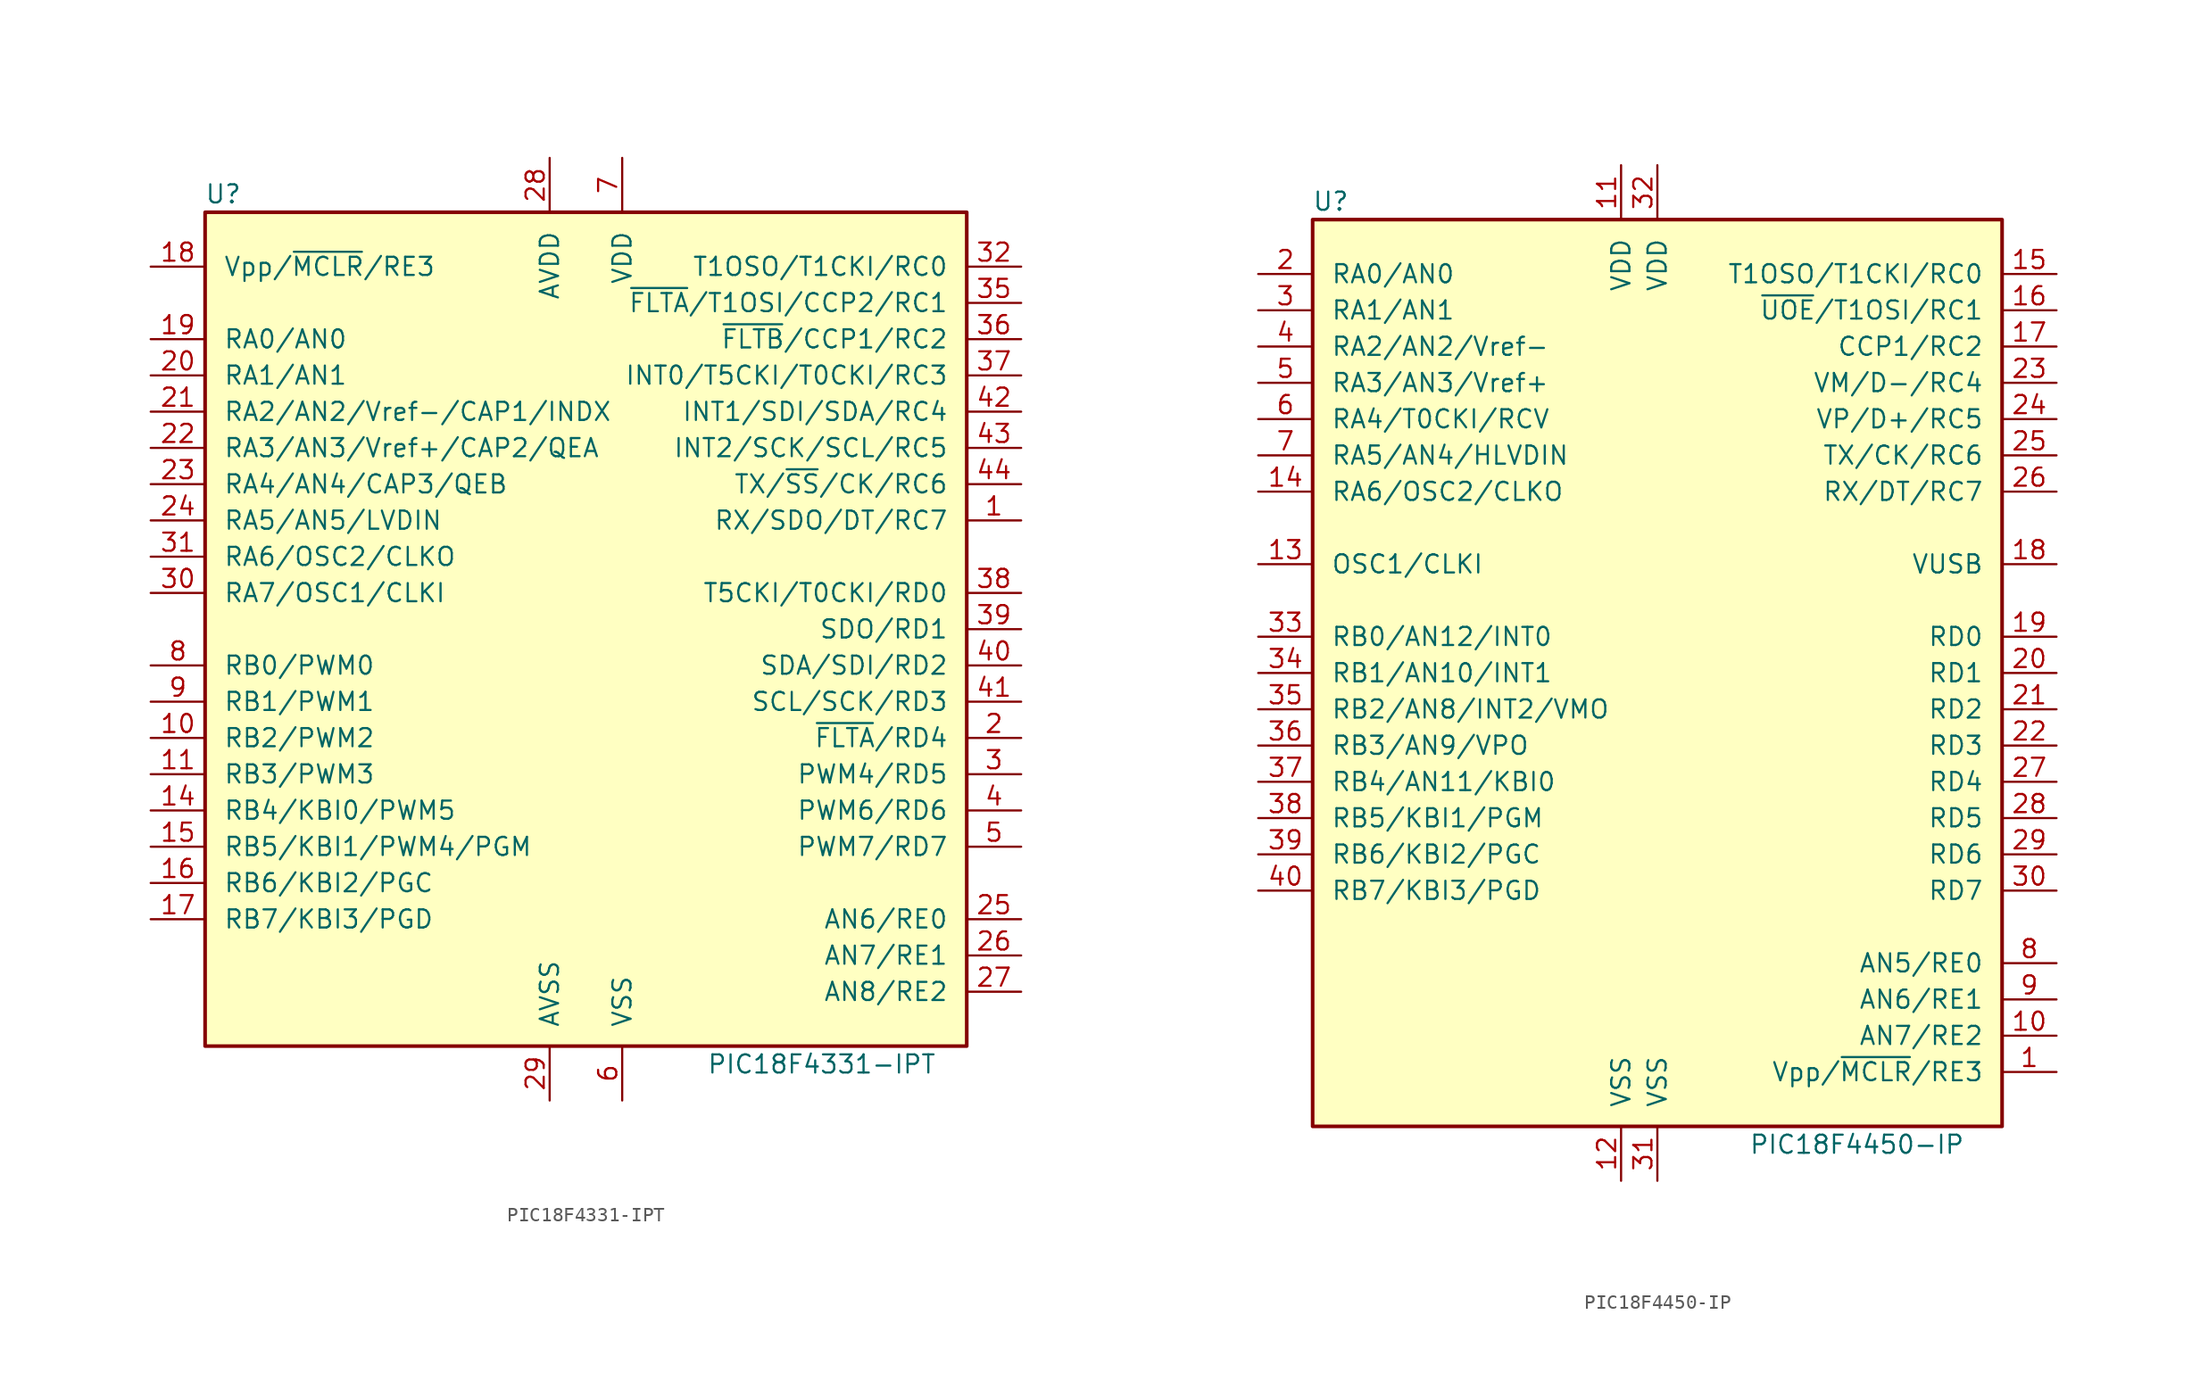
<source format=kicad_sym>
(kicad_symbol_lib
  (version 20211014)
  (generator kicad_symbol_editor)
  (symbol "PIC18F4331-IPT"
    (pin_names
      (offset 1.27))
    (property "Reference" "U"
      (at -25.4 30.48 0)
      (effects (font (size 1.27 1.27))))
    (property "Value" "PIC18F4331-IPT"
      (at 16.51 -30.48 0)
      (effects (font (size 1.27 1.27))))
    (symbol "PIC18F4331-IPT_0_1"
      (rectangle (start -26.67 29.21) (end 26.67 -29.21) (stroke (width 0.254) (type default) (color 0 0 0 0)) (fill (type background))))
    (symbol "PIC18F4331-IPT_1_1"
      (pin bidirectional line (at 30.48 7.62 180) (length 3.81) (name "RX/SDO/DT/RC7" (effects (font (size 1.27 1.27)))) (number "1" (effects (font (size 1.27 1.27)))))
      (pin bidirectional line (at -30.48 -7.62 0) (length 3.81) (name "RB2/PWM2" (effects (font (size 1.27 1.27)))) (number "10" (effects (font (size 1.27 1.27)))))
      (pin bidirectional line (at -30.48 -10.16 0) (length 3.81) (name "RB3/PWM3" (effects (font (size 1.27 1.27)))) (number "11" (effects (font (size 1.27 1.27)))))
      (pin no_connect line (at -15.24 -33.02 90) (length 3.81) hide (name "NC" (effects (font (size 1.27 1.27)))) (number "12" (effects (font (size 1.27 1.27)))))
      (pin no_connect line (at -12.7 -33.02 90) (length 3.81) hide (name "NC" (effects (font (size 1.27 1.27)))) (number "13" (effects (font (size 1.27 1.27)))))
      (pin bidirectional line (at -30.48 -12.7 0) (length 3.81) (name "RB4/KBI0/PWM5" (effects (font (size 1.27 1.27)))) (number "14" (effects (font (size 1.27 1.27)))))
      (pin bidirectional line (at -30.48 -15.24 0) (length 3.81) (name "RB5/KBI1/PWM4/PGM" (effects (font (size 1.27 1.27)))) (number "15" (effects (font (size 1.27 1.27)))))
      (pin bidirectional line (at -30.48 -17.78 0) (length 3.81) (name "RB6/KBI2/PGC" (effects (font (size 1.27 1.27)))) (number "16" (effects (font (size 1.27 1.27)))))
      (pin bidirectional line (at -30.48 -20.32 0) (length 3.81) (name "RB7/KBI3/PGD" (effects (font (size 1.27 1.27)))) (number "17" (effects (font (size 1.27 1.27)))))
      (pin input line (at -30.48 25.4 0) (length 3.81) (name "Vpp/~{MCLR}/RE3" (effects (font (size 1.27 1.27)))) (number "18" (effects (font (size 1.27 1.27)))))
      (pin bidirectional line (at -30.48 20.32 0) (length 3.81) (name "RA0/AN0" (effects (font (size 1.27 1.27)))) (number "19" (effects (font (size 1.27 1.27)))))
      (pin bidirectional line (at 30.48 -7.62 180) (length 3.81) (name "~{FLTA}/RD4" (effects (font (size 1.27 1.27)))) (number "2" (effects (font (size 1.27 1.27)))))
      (pin bidirectional line (at -30.48 17.78 0) (length 3.81) (name "RA1/AN1" (effects (font (size 1.27 1.27)))) (number "20" (effects (font (size 1.27 1.27)))))
      (pin bidirectional line (at -30.48 15.24 0) (length 3.81) (name "RA2/AN2/Vref-/CAP1/INDX" (effects (font (size 1.27 1.27)))) (number "21" (effects (font (size 1.27 1.27)))))
      (pin bidirectional line (at -30.48 12.7 0) (length 3.81) (name "RA3/AN3/Vref+/CAP2/QEA" (effects (font (size 1.27 1.27)))) (number "22" (effects (font (size 1.27 1.27)))))
      (pin bidirectional line (at -30.48 10.16 0) (length 3.81) (name "RA4/AN4/CAP3/QEB" (effects (font (size 1.27 1.27)))) (number "23" (effects (font (size 1.27 1.27)))))
      (pin bidirectional line (at -30.48 7.62 0) (length 3.81) (name "RA5/AN5/LVDIN" (effects (font (size 1.27 1.27)))) (number "24" (effects (font (size 1.27 1.27)))))
      (pin bidirectional line (at 30.48 -20.32 180) (length 3.81) (name "AN6/RE0" (effects (font (size 1.27 1.27)))) (number "25" (effects (font (size 1.27 1.27)))))
      (pin bidirectional line (at 30.48 -22.86 180) (length 3.81) (name "AN7/RE1" (effects (font (size 1.27 1.27)))) (number "26" (effects (font (size 1.27 1.27)))))
      (pin bidirectional line (at 30.48 -25.4 180) (length 3.81) (name "AN8/RE2" (effects (font (size 1.27 1.27)))) (number "27" (effects (font (size 1.27 1.27)))))
      (pin power_in line (at -2.54 33.02 270) (length 3.81) (name "AVDD" (effects (font (size 1.27 1.27)))) (number "28" (effects (font (size 1.27 1.27)))))
      (pin power_in line (at -2.54 -33.02 90) (length 3.81) (name "AVSS" (effects (font (size 1.27 1.27)))) (number "29" (effects (font (size 1.27 1.27)))))
      (pin bidirectional line (at 30.48 -10.16 180) (length 3.81) (name "PWM4/RD5" (effects (font (size 1.27 1.27)))) (number "3" (effects (font (size 1.27 1.27)))))
      (pin bidirectional line (at -30.48 2.54 0) (length 3.81) (name "RA7/OSC1/CLKI" (effects (font (size 1.27 1.27)))) (number "30" (effects (font (size 1.27 1.27)))))
      (pin bidirectional line (at -30.48 5.08 0) (length 3.81) (name "RA6/OSC2/CLKO" (effects (font (size 1.27 1.27)))) (number "31" (effects (font (size 1.27 1.27)))))
      (pin bidirectional line (at 30.48 25.4 180) (length 3.81) (name "T1OSO/T1CKI/RC0" (effects (font (size 1.27 1.27)))) (number "32" (effects (font (size 1.27 1.27)))))
      (pin no_connect line (at -10.16 -33.02 90) (length 3.81) hide (name "NC" (effects (font (size 1.27 1.27)))) (number "33" (effects (font (size 1.27 1.27)))))
      (pin no_connect line (at -7.62 -33.02 90) (length 3.81) hide (name "NC" (effects (font (size 1.27 1.27)))) (number "34" (effects (font (size 1.27 1.27)))))
      (pin bidirectional line (at 30.48 22.86 180) (length 3.81) (name "~{FLTA}/T1OSI/CCP2/RC1" (effects (font (size 1.27 1.27)))) (number "35" (effects (font (size 1.27 1.27)))))
      (pin bidirectional line (at 30.48 20.32 180) (length 3.81) (name "~{FLTB}/CCP1/RC2" (effects (font (size 1.27 1.27)))) (number "36" (effects (font (size 1.27 1.27)))))
      (pin bidirectional line (at 30.48 17.78 180) (length 3.81) (name "INT0/T5CKI/T0CKI/RC3" (effects (font (size 1.27 1.27)))) (number "37" (effects (font (size 1.27 1.27)))))
      (pin bidirectional line (at 30.48 2.54 180) (length 3.81) (name "T5CKI/T0CKI/RD0" (effects (font (size 1.27 1.27)))) (number "38" (effects (font (size 1.27 1.27)))))
      (pin bidirectional line (at 30.48 0 180) (length 3.81) (name "SDO/RD1" (effects (font (size 1.27 1.27)))) (number "39" (effects (font (size 1.27 1.27)))))
      (pin bidirectional line (at 30.48 -12.7 180) (length 3.81) (name "PWM6/RD6" (effects (font (size 1.27 1.27)))) (number "4" (effects (font (size 1.27 1.27)))))
      (pin bidirectional line (at 30.48 -2.54 180) (length 3.81) (name "SDA/SDI/RD2" (effects (font (size 1.27 1.27)))) (number "40" (effects (font (size 1.27 1.27)))))
      (pin bidirectional line (at 30.48 -5.08 180) (length 3.81) (name "SCL/SCK/RD3" (effects (font (size 1.27 1.27)))) (number "41" (effects (font (size 1.27 1.27)))))
      (pin bidirectional line (at 30.48 15.24 180) (length 3.81) (name "INT1/SDI/SDA/RC4" (effects (font (size 1.27 1.27)))) (number "42" (effects (font (size 1.27 1.27)))))
      (pin bidirectional line (at 30.48 12.7 180) (length 3.81) (name "INT2/SCK/SCL/RC5" (effects (font (size 1.27 1.27)))) (number "43" (effects (font (size 1.27 1.27)))))
      (pin bidirectional line (at 30.48 10.16 180) (length 3.81) (name "TX/~{SS}/CK/RC6" (effects (font (size 1.27 1.27)))) (number "44" (effects (font (size 1.27 1.27)))))
      (pin bidirectional line (at 30.48 -15.24 180) (length 3.81) (name "PWM7/RD7" (effects (font (size 1.27 1.27)))) (number "5" (effects (font (size 1.27 1.27)))))
      (pin power_in line (at 2.54 -33.02 90) (length 3.81) (name "VSS" (effects (font (size 1.27 1.27)))) (number "6" (effects (font (size 1.27 1.27)))))
      (pin power_in line (at 2.54 33.02 270) (length 3.81) (name "VDD" (effects (font (size 1.27 1.27)))) (number "7" (effects (font (size 1.27 1.27)))))
      (pin bidirectional line (at -30.48 -2.54 0) (length 3.81) (name "RB0/PWM0" (effects (font (size 1.27 1.27)))) (number "8" (effects (font (size 1.27 1.27)))))
      (pin bidirectional line (at -30.48 -5.08 0) (length 3.81) (name "RB1/PWM1" (effects (font (size 1.27 1.27)))) (number "9" (effects (font (size 1.27 1.27)))))))
  (symbol "PIC18F4450-IP"
    (pin_names
      (offset 1.27))
    (property "Reference" "U"
      (at -22.86 33.02 0)
      (effects (font (size 1.27 1.27))))
    (property "Value" "PIC18F4450-IP"
      (at 13.97 -33.02 0)
      (effects (font (size 1.27 1.27))))
    (symbol "PIC18F4450-IP_0_1"
      (rectangle (start -24.13 31.75) (end 24.13 -31.75) (stroke (width 0.254) (type default) (color 0 0 0 0)) (fill (type background))))
    (symbol "PIC18F4450-IP_1_1"
      (pin input line (at 27.94 -27.94 180) (length 3.81) (name "Vpp/~{MCLR}/RE3" (effects (font (size 1.27 1.27)))) (number "1" (effects (font (size 1.27 1.27)))))
      (pin bidirectional line (at 27.94 -25.4 180) (length 3.81) (name "AN7/RE2" (effects (font (size 1.27 1.27)))) (number "10" (effects (font (size 1.27 1.27)))))
      (pin power_in line (at -2.54 35.56 270) (length 3.81) (name "VDD" (effects (font (size 1.27 1.27)))) (number "11" (effects (font (size 1.27 1.27)))))
      (pin power_in line (at -2.54 -35.56 90) (length 3.81) (name "VSS" (effects (font (size 1.27 1.27)))) (number "12" (effects (font (size 1.27 1.27)))))
      (pin input line (at -27.94 7.62 0) (length 3.81) (name "OSC1/CLKI" (effects (font (size 1.27 1.27)))) (number "13" (effects (font (size 1.27 1.27)))))
      (pin output line (at -27.94 12.7 0) (length 3.81) (name "RA6/OSC2/CLKO" (effects (font (size 1.27 1.27)))) (number "14" (effects (font (size 1.27 1.27)))))
      (pin bidirectional line (at 27.94 27.94 180) (length 3.81) (name "T1OSO/T1CKI/RC0" (effects (font (size 1.27 1.27)))) (number "15" (effects (font (size 1.27 1.27)))))
      (pin bidirectional line (at 27.94 25.4 180) (length 3.81) (name "~{UOE}/T1OSI/RC1" (effects (font (size 1.27 1.27)))) (number "16" (effects (font (size 1.27 1.27)))))
      (pin bidirectional line (at 27.94 22.86 180) (length 3.81) (name "CCP1/RC2" (effects (font (size 1.27 1.27)))) (number "17" (effects (font (size 1.27 1.27)))))
      (pin bidirectional line (at 27.94 7.62 180) (length 3.81) (name "VUSB" (effects (font (size 1.27 1.27)))) (number "18" (effects (font (size 1.27 1.27)))))
      (pin bidirectional line (at 27.94 2.54 180) (length 3.81) (name "RD0" (effects (font (size 1.27 1.27)))) (number "19" (effects (font (size 1.27 1.27)))))
      (pin bidirectional line (at -27.94 27.94 0) (length 3.81) (name "RA0/AN0" (effects (font (size 1.27 1.27)))) (number "2" (effects (font (size 1.27 1.27)))))
      (pin bidirectional line (at 27.94 0 180) (length 3.81) (name "RD1" (effects (font (size 1.27 1.27)))) (number "20" (effects (font (size 1.27 1.27)))))
      (pin bidirectional line (at 27.94 -2.54 180) (length 3.81) (name "RD2" (effects (font (size 1.27 1.27)))) (number "21" (effects (font (size 1.27 1.27)))))
      (pin bidirectional line (at 27.94 -5.08 180) (length 3.81) (name "RD3" (effects (font (size 1.27 1.27)))) (number "22" (effects (font (size 1.27 1.27)))))
      (pin bidirectional line (at 27.94 20.32 180) (length 3.81) (name "VM/D-/RC4" (effects (font (size 1.27 1.27)))) (number "23" (effects (font (size 1.27 1.27)))))
      (pin bidirectional line (at 27.94 17.78 180) (length 3.81) (name "VP/D+/RC5" (effects (font (size 1.27 1.27)))) (number "24" (effects (font (size 1.27 1.27)))))
      (pin bidirectional line (at 27.94 15.24 180) (length 3.81) (name "TX/CK/RC6" (effects (font (size 1.27 1.27)))) (number "25" (effects (font (size 1.27 1.27)))))
      (pin bidirectional line (at 27.94 12.7 180) (length 3.81) (name "RX/DT/RC7" (effects (font (size 1.27 1.27)))) (number "26" (effects (font (size 1.27 1.27)))))
      (pin bidirectional line (at 27.94 -7.62 180) (length 3.81) (name "RD4" (effects (font (size 1.27 1.27)))) (number "27" (effects (font (size 1.27 1.27)))))
      (pin bidirectional line (at 27.94 -10.16 180) (length 3.81) (name "RD5" (effects (font (size 1.27 1.27)))) (number "28" (effects (font (size 1.27 1.27)))))
      (pin bidirectional line (at 27.94 -12.7 180) (length 3.81) (name "RD6" (effects (font (size 1.27 1.27)))) (number "29" (effects (font (size 1.27 1.27)))))
      (pin bidirectional line (at -27.94 25.4 0) (length 3.81) (name "RA1/AN1" (effects (font (size 1.27 1.27)))) (number "3" (effects (font (size 1.27 1.27)))))
      (pin bidirectional line (at 27.94 -15.24 180) (length 3.81) (name "RD7" (effects (font (size 1.27 1.27)))) (number "30" (effects (font (size 1.27 1.27)))))
      (pin power_in line (at 0 -35.56 90) (length 3.81) (name "VSS" (effects (font (size 1.27 1.27)))) (number "31" (effects (font (size 1.27 1.27)))))
      (pin power_in line (at 0 35.56 270) (length 3.81) (name "VDD" (effects (font (size 1.27 1.27)))) (number "32" (effects (font (size 1.27 1.27)))))
      (pin bidirectional line (at -27.94 2.54 0) (length 3.81) (name "RB0/AN12/INT0" (effects (font (size 1.27 1.27)))) (number "33" (effects (font (size 1.27 1.27)))))
      (pin bidirectional line (at -27.94 0 0) (length 3.81) (name "RB1/AN10/INT1" (effects (font (size 1.27 1.27)))) (number "34" (effects (font (size 1.27 1.27)))))
      (pin bidirectional line (at -27.94 -2.54 0) (length 3.81) (name "RB2/AN8/INT2/VMO" (effects (font (size 1.27 1.27)))) (number "35" (effects (font (size 1.27 1.27)))))
      (pin bidirectional line (at -27.94 -5.08 0) (length 3.81) (name "RB3/AN9/VPO" (effects (font (size 1.27 1.27)))) (number "36" (effects (font (size 1.27 1.27)))))
      (pin bidirectional line (at -27.94 -7.62 0) (length 3.81) (name "RB4/AN11/KBI0" (effects (font (size 1.27 1.27)))) (number "37" (effects (font (size 1.27 1.27)))))
      (pin bidirectional line (at -27.94 -10.16 0) (length 3.81) (name "RB5/KBI1/PGM" (effects (font (size 1.27 1.27)))) (number "38" (effects (font (size 1.27 1.27)))))
      (pin bidirectional line (at -27.94 -12.7 0) (length 3.81) (name "RB6/KBI2/PGC" (effects (font (size 1.27 1.27)))) (number "39" (effects (font (size 1.27 1.27)))))
      (pin bidirectional line (at -27.94 22.86 0) (length 3.81) (name "RA2/AN2/Vref-" (effects (font (size 1.27 1.27)))) (number "4" (effects (font (size 1.27 1.27)))))
      (pin bidirectional line (at -27.94 -15.24 0) (length 3.81) (name "RB7/KBI3/PGD" (effects (font (size 1.27 1.27)))) (number "40" (effects (font (size 1.27 1.27)))))
      (pin bidirectional line (at -27.94 20.32 0) (length 3.81) (name "RA3/AN3/Vref+" (effects (font (size 1.27 1.27)))) (number "5" (effects (font (size 1.27 1.27)))))
      (pin bidirectional line (at -27.94 17.78 0) (length 3.81) (name "RA4/T0CKI/RCV" (effects (font (size 1.27 1.27)))) (number "6" (effects (font (size 1.27 1.27)))))
      (pin bidirectional line (at -27.94 15.24 0) (length 3.81) (name "RA5/AN4/HLVDIN" (effects (font (size 1.27 1.27)))) (number "7" (effects (font (size 1.27 1.27)))))
      (pin bidirectional line (at 27.94 -20.32 180) (length 3.81) (name "AN5/RE0" (effects (font (size 1.27 1.27)))) (number "8" (effects (font (size 1.27 1.27)))))
      (pin bidirectional line (at 27.94 -22.86 180) (length 3.81) (name "AN6/RE1" (effects (font (size 1.27 1.27)))) (number "9" (effects (font (size 1.27 1.27))))))))
</source>
